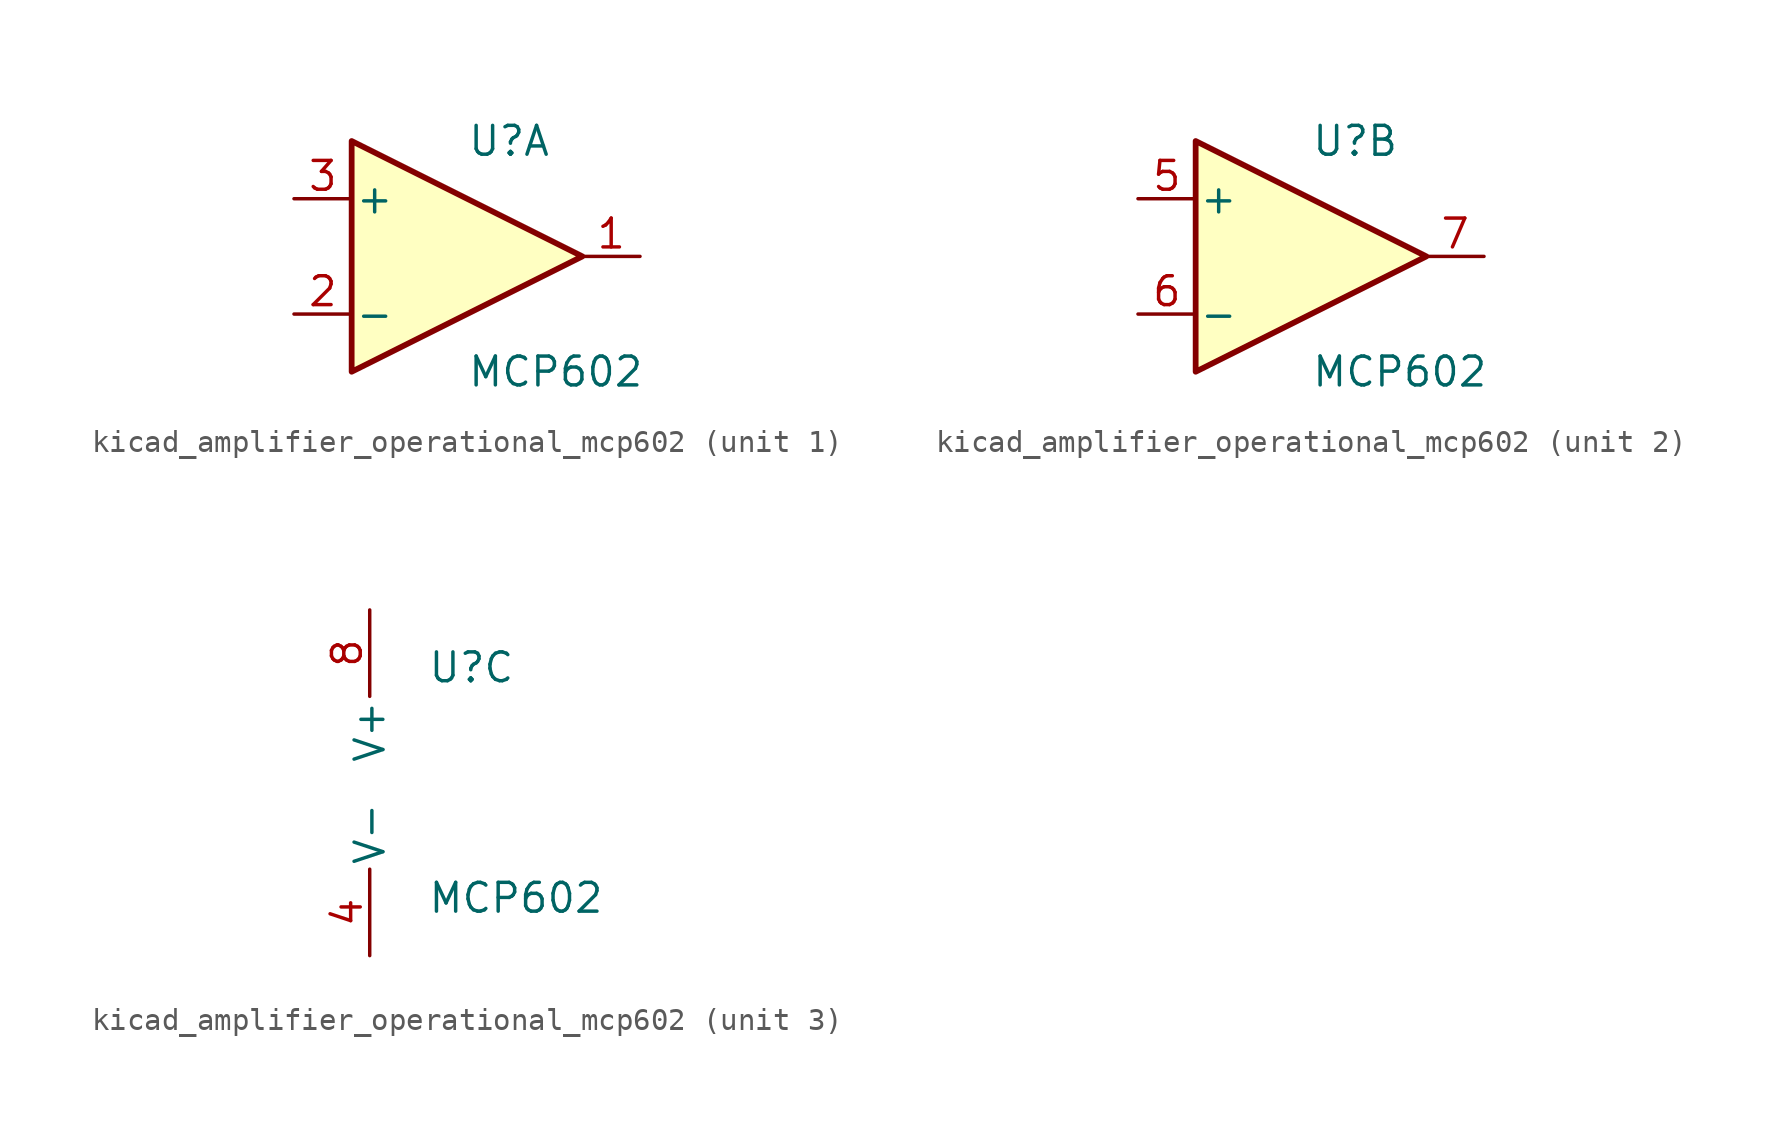
<source format=kicad_sym>
(kicad_symbol_lib
  (version 20220914)
  (generator kicad_symbol_editor)
  (symbol "kicad_amplifier_operational_mcp602"
    (pin_names
      (offset 0.127))
    (property "Reference" "U"
      (at 0 5.08 0)
      (effects (font (size 1.27 1.27)) (justify left)))
    (property "Value" "MCP602"
      (at 0 -5.08 0)
      (effects (font (size 1.27 1.27)) (justify left)))
    (property "ki_locked" ""
      (at 0 0 0)
      (effects (font (size 1.27 1.27))))
    (symbol "kicad_amplifier_operational_mcp602_1_1"
      (polyline (pts (xy -5.08 5.08) (xy 5.08 0) (xy -5.08 -5.08) (xy -5.08 5.08)) (stroke (width 0.254) (type default)) (fill (type background)))
      (pin output line (at 7.62 0 180) (length 2.54) (name "~" (effects (font (size 1.27 1.27)))) (number "1" (effects (font (size 1.27 1.27)))))
      (pin input line (at -7.62 -2.54 0) (length 2.54) (name "-" (effects (font (size 1.27 1.27)))) (number "2" (effects (font (size 1.27 1.27)))))
      (pin input line (at -7.62 2.54 0) (length 2.54) (name "+" (effects (font (size 1.27 1.27)))) (number "3" (effects (font (size 1.27 1.27))))))
    (symbol "kicad_amplifier_operational_mcp602_2_1"
      (polyline (pts (xy -5.08 5.08) (xy 5.08 0) (xy -5.08 -5.08) (xy -5.08 5.08)) (stroke (width 0.254) (type default)) (fill (type background)))
      (pin input line (at -7.62 2.54 0) (length 2.54) (name "+" (effects (font (size 1.27 1.27)))) (number "5" (effects (font (size 1.27 1.27)))))
      (pin input line (at -7.62 -2.54 0) (length 2.54) (name "-" (effects (font (size 1.27 1.27)))) (number "6" (effects (font (size 1.27 1.27)))))
      (pin output line (at 7.62 0 180) (length 2.54) (name "~" (effects (font (size 1.27 1.27)))) (number "7" (effects (font (size 1.27 1.27))))))
    (symbol "kicad_amplifier_operational_mcp602_3_1"
      (pin power_in line (at -2.54 -7.62 90) (length 3.81) (name "V-" (effects (font (size 1.27 1.27)))) (number "4" (effects (font (size 1.27 1.27)))))
      (pin power_in line (at -2.54 7.62 270) (length 3.81) (name "V+" (effects (font (size 1.27 1.27)))) (number "8" (effects (font (size 1.27 1.27))))))))
</source>
